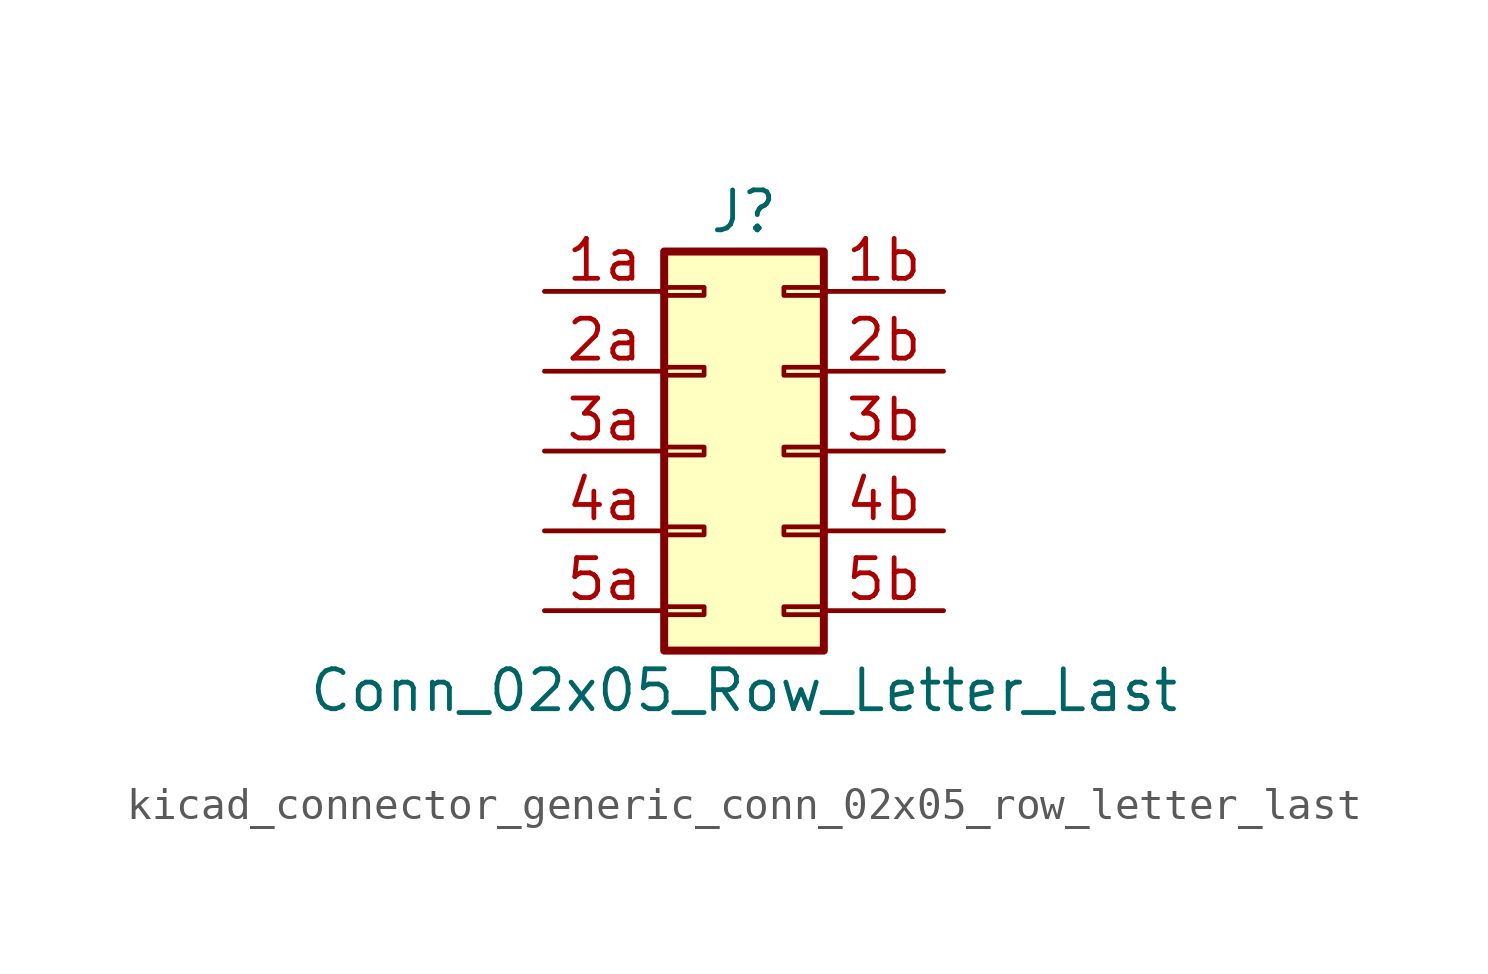
<source format=kicad_sym>
(kicad_symbol_lib
  (version 20220914)
  (generator kicad_symbol_editor)
  (symbol "kicad_connector_generic_conn_02x05_row_letter_last"
    (pin_names
      (offset 1.016) hide)
    (property "Reference" "J"
      (at 1.27 7.62 0)
      (effects (font (size 1.27 1.27))))
    (property "Value" "Conn_02x05_Row_Letter_Last"
      (at 1.27 -7.62 0)
      (effects (font (size 1.27 1.27))))
    (symbol "kicad_connector_generic_conn_02x05_row_letter_last_1_1"
      (rectangle (start -1.27 -4.953) (end 0 -5.207) (stroke (width 0.152) (type default)) (fill (type none)))
      (rectangle (start -1.27 -2.413) (end 0 -2.667) (stroke (width 0.152) (type default)) (fill (type none)))
      (rectangle (start -1.27 0.127) (end 0 -0.127) (stroke (width 0.152) (type default)) (fill (type none)))
      (rectangle (start -1.27 2.667) (end 0 2.413) (stroke (width 0.152) (type default)) (fill (type none)))
      (rectangle (start -1.27 5.207) (end 0 4.953) (stroke (width 0.152) (type default)) (fill (type none)))
      (rectangle (start -1.27 6.35) (end 3.81 -6.35) (stroke (width 0.254) (type default)) (fill (type background)))
      (rectangle (start 3.81 -4.953) (end 2.54 -5.207) (stroke (width 0.152) (type default)) (fill (type none)))
      (rectangle (start 3.81 -2.413) (end 2.54 -2.667) (stroke (width 0.152) (type default)) (fill (type none)))
      (rectangle (start 3.81 0.127) (end 2.54 -0.127) (stroke (width 0.152) (type default)) (fill (type none)))
      (rectangle (start 3.81 2.667) (end 2.54 2.413) (stroke (width 0.152) (type default)) (fill (type none)))
      (rectangle (start 3.81 5.207) (end 2.54 4.953) (stroke (width 0.152) (type default)) (fill (type none)))
      (pin passive line (at -5.08 5.08 0) (length 3.81) (name "Pin_1a" (effects (font (size 1.27 1.27)))) (number "1a" (effects (font (size 1.27 1.27)))))
      (pin passive line (at 7.62 5.08 180) (length 3.81) (name "Pin_1b" (effects (font (size 1.27 1.27)))) (number "1b" (effects (font (size 1.27 1.27)))))
      (pin passive line (at -5.08 2.54 0) (length 3.81) (name "Pin_2a" (effects (font (size 1.27 1.27)))) (number "2a" (effects (font (size 1.27 1.27)))))
      (pin passive line (at 7.62 2.54 180) (length 3.81) (name "Pin_2b" (effects (font (size 1.27 1.27)))) (number "2b" (effects (font (size 1.27 1.27)))))
      (pin passive line (at -5.08 0 0) (length 3.81) (name "Pin_3a" (effects (font (size 1.27 1.27)))) (number "3a" (effects (font (size 1.27 1.27)))))
      (pin passive line (at 7.62 0 180) (length 3.81) (name "Pin_3b" (effects (font (size 1.27 1.27)))) (number "3b" (effects (font (size 1.27 1.27)))))
      (pin passive line (at -5.08 -2.54 0) (length 3.81) (name "Pin_4a" (effects (font (size 1.27 1.27)))) (number "4a" (effects (font (size 1.27 1.27)))))
      (pin passive line (at 7.62 -2.54 180) (length 3.81) (name "Pin_4b" (effects (font (size 1.27 1.27)))) (number "4b" (effects (font (size 1.27 1.27)))))
      (pin passive line (at -5.08 -5.08 0) (length 3.81) (name "Pin_5a" (effects (font (size 1.27 1.27)))) (number "5a" (effects (font (size 1.27 1.27)))))
      (pin passive line (at 7.62 -5.08 180) (length 3.81) (name "Pin_5b" (effects (font (size 1.27 1.27)))) (number "5b" (effects (font (size 1.27 1.27))))))))
</source>
